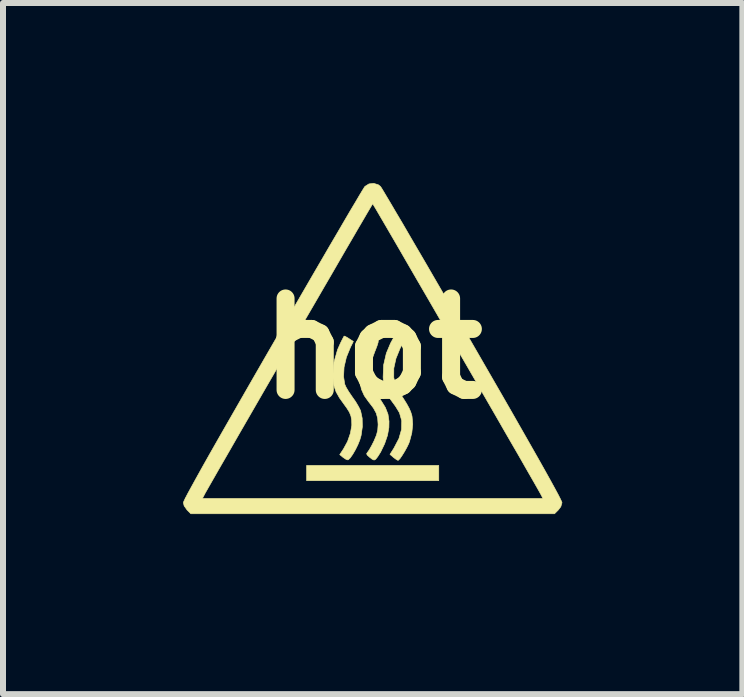
<source format=kicad_pcb>
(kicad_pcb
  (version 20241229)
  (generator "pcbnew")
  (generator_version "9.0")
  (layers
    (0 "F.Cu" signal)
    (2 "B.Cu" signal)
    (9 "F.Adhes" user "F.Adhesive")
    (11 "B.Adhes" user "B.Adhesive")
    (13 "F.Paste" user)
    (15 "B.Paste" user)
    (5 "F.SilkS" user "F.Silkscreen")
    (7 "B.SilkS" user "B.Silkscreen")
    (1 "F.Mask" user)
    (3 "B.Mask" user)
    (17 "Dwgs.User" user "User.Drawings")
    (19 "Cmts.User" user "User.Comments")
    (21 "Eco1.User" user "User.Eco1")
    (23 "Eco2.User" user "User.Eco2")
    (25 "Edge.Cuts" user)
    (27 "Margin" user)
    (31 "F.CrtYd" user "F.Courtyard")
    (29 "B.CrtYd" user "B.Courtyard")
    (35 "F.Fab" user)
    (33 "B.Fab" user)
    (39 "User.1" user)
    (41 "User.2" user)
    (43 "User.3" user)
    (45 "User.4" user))
  (footprint "hot"
    (layer "F.Cu")
    (at 3.159 2.757)
    (property "Reference" "hot" (at 0 0 0) (layer "F.SilkS") (effects (font (size 1.524 1.524) (thickness 0.3))))
    (attr through_hole)
    (fp_poly (pts (xy 1.101 2.201) (xy -1.101 2.201) (xy -1.101 1.947) (xy 1.101 1.947) (xy 1.101 2.201)) (stroke (width 0.01) (type solid)) (fill yes) (layer "F.SilkS"))
    (fp_poly (pts (xy 0.441 -0.166) (xy 0.473 -0.143) (xy 0.494 -0.124) (xy 0.5 -0.103) (xy 0.488 -0.067) (xy 0.458 -0.006) (xy 0.457 -0.004) (xy 0.388 0.165) (xy 0.352 0.328) (xy 0.351 0.482) (xy 0.383 0.619) (xy 0.43 0.709) (xy 0.509 0.828) (xy 0.567 0.921) (xy 0.607 0.994) (xy 0.634 1.056) (xy 0.652 1.114) (xy 0.656 1.134) (xy 0.667 1.261) (xy 0.652 1.404) (xy 0.614 1.547) (xy 0.601 1.582) (xy 0.57 1.646) (xy 0.531 1.716) (xy 0.49 1.782) (xy 0.454 1.834) (xy 0.427 1.861) (xy 0.422 1.863) (xy 0.396 1.85) (xy 0.354 1.819) (xy 0.346 1.813) (xy 0.288 1.763) (xy 0.354 1.659) (xy 0.438 1.498) (xy 0.481 1.346) (xy 0.484 1.202) (xy 0.446 1.069) (xy 0.38 0.961) (xy 0.292 0.841) (xy 0.232 0.735) (xy 0.195 0.631) (xy 0.177 0.517) (xy 0.174 0.476) (xy 0.182 0.275) (xy 0.227 0.08) (xy 0.298 -0.089) (xy 0.335 -0.157) (xy 0.364 -0.191) (xy 0.396 -0.193) (xy 0.441 -0.166)) (stroke (width 0.01) (type solid)) (fill yes) (layer "F.SilkS"))
    (fp_poly (pts (xy -0.456 -0.202) (xy -0.414 -0.178) (xy -0.396 -0.166) (xy -0.322 -0.118) (xy -0.37 -0.022) (xy -0.438 0.144) (xy -0.477 0.31) (xy -0.485 0.467) (xy -0.466 0.593) (xy -0.443 0.645) (xy -0.401 0.716) (xy -0.349 0.793) (xy -0.338 0.808) (xy -0.283 0.887) (xy -0.236 0.966) (xy -0.204 1.03) (xy -0.201 1.038) (xy -0.175 1.161) (xy -0.172 1.303) (xy -0.193 1.448) (xy -0.214 1.521) (xy -0.246 1.601) (xy -0.287 1.684) (xy -0.331 1.76) (xy -0.373 1.82) (xy -0.406 1.852) (xy -0.413 1.855) (xy -0.442 1.847) (xy -0.485 1.819) (xy -0.492 1.814) (xy -0.549 1.767) (xy -0.486 1.672) (xy -0.418 1.547) (xy -0.371 1.411) (xy -0.348 1.279) (xy -0.35 1.19) (xy -0.363 1.122) (xy -0.388 1.06) (xy -0.432 0.99) (xy -0.469 0.939) (xy -0.553 0.822) (xy -0.61 0.721) (xy -0.644 0.624) (xy -0.66 0.519) (xy -0.663 0.434) (xy -0.644 0.223) (xy -0.585 0.018) (xy -0.535 -0.094) (xy -0.505 -0.154) (xy -0.483 -0.195) (xy -0.476 -0.208) (xy -0.456 -0.202)) (stroke (width 0.01) (type solid)) (fill yes) (layer "F.SilkS"))
    (fp_poly (pts (xy -0.003 -0.192) (xy 0.02 -0.18) (xy 0.066 -0.153) (xy 0.093 -0.131) (xy 0.093 -0.13) (xy 0.091 -0.104) (xy 0.074 -0.049) (xy 0.047 0.023) (xy 0.038 0.044) (xy -0.006 0.165) (xy -0.03 0.281) (xy -0.038 0.372) (xy -0.04 0.47) (xy -0.03 0.552) (xy -0.007 0.629) (xy 0.036 0.712) (xy 0.101 0.812) (xy 0.137 0.863) (xy 0.211 0.982) (xy 0.255 1.094) (xy 0.272 1.212) (xy 0.27 1.316) (xy 0.247 1.445) (xy 0.199 1.586) (xy 0.133 1.723) (xy 0.084 1.801) (xy 0.05 1.844) (xy 0.023 1.858) (xy -0.011 1.842) (xy -0.052 1.81) (xy -0.091 1.775) (xy -0.101 1.752) (xy -0.085 1.726) (xy -0.08 1.721) (xy -0.054 1.683) (xy -0.018 1.619) (xy 0.02 1.544) (xy 0.023 1.538) (xy 0.063 1.442) (xy 0.084 1.36) (xy 0.09 1.272) (xy 0.09 1.262) (xy 0.083 1.162) (xy 0.059 1.076) (xy 0.012 0.99) (xy -0.063 0.892) (xy -0.066 0.889) (xy -0.14 0.785) (xy -0.188 0.678) (xy -0.213 0.554) (xy -0.22 0.423) (xy -0.2 0.21) (xy -0.138 -0.005) (xy -0.081 -0.133) (xy -0.055 -0.182) (xy -0.033 -0.2) (xy -0.003 -0.192)) (stroke (width 0.01) (type solid)) (fill yes) (layer "F.SilkS"))
    (fp_poly (pts (xy 0.093 -2.729) (xy 0.128 -2.702) (xy 0.145 -2.678) (xy 0.181 -2.619) (xy 0.235 -2.528) (xy 0.307 -2.407) (xy 0.395 -2.257) (xy 0.499 -2.082) (xy 0.615 -1.882) (xy 0.744 -1.661) (xy 0.885 -1.42) (xy 1.035 -1.161) (xy 1.194 -0.887) (xy 1.361 -0.6) (xy 1.533 -0.301) (xy 1.665 -0.073) (xy 1.899 0.333) (xy 2.112 0.702) (xy 2.304 1.036) (xy 2.475 1.336) (xy 2.626 1.601) (xy 2.758 1.833) (xy 2.87 2.032) (xy 2.963 2.199) (xy 3.037 2.334) (xy 3.093 2.438) (xy 3.13 2.511) (xy 3.15 2.555) (xy 3.154 2.567) (xy 3.134 2.635) (xy 3.092 2.69) (xy 3.03 2.752) (xy -3.03 2.752) (xy -3.092 2.69) (xy -3.141 2.621) (xy -3.154 2.567) (xy -3.145 2.542) (xy -3.124 2.498) (xy -2.837 2.498) (xy 2.837 2.498) (xy 2.8 2.427) (xy 2.779 2.389) (xy 2.74 2.32) (xy 2.683 2.22) (xy 2.61 2.093) (xy 2.523 1.941) (xy 2.423 1.766) (xy 2.311 1.573) (xy 2.189 1.362) (xy 2.06 1.137) (xy 1.923 0.9) (xy 1.781 0.654) (xy 1.635 0.401) (xy 1.486 0.144) (xy 1.337 -0.114) (xy 1.188 -0.37) (xy 1.042 -0.623) (xy 0.899 -0.87) (xy 0.761 -1.107) (xy 0.63 -1.333) (xy 0.508 -1.544) (xy 0.395 -1.739) (xy 0.293 -1.914) (xy 0.204 -2.067) (xy 0.129 -2.195) (xy 0.07 -2.296) (xy 0.028 -2.367) (xy 0.004 -2.406) (xy 0 -2.412) (xy -0.011 -2.394) (xy -0.042 -2.342) (xy -0.091 -2.259) (xy -0.157 -2.146) (xy -0.238 -2.008) (xy -0.332 -1.846) (xy -0.439 -1.663) (xy -0.556 -1.461) (xy -0.682 -1.243) (xy -0.816 -1.013) (xy -0.956 -0.771) (xy -1.101 -0.522) (xy -1.248 -0.267) (xy -1.397 -0.01) (xy -1.546 0.248) (xy -1.694 0.504) (xy -1.839 0.754) (xy -1.979 0.997) (xy -2.113 1.229) (xy -2.24 1.449) (xy -2.357 1.653) (xy -2.464 1.839) (xy -2.56 2.005) (xy -2.641 2.147) (xy -2.708 2.264) (xy -2.758 2.352) (xy -2.79 2.408) (xy -2.8 2.427) (xy -2.837 2.498) (xy -3.124 2.498) (xy -3.119 2.488) (xy -3.075 2.404) (xy -3.012 2.289) (xy -2.931 2.142) (xy -2.832 1.964) (xy -2.713 1.753) (xy -2.574 1.509) (xy -2.415 1.231) (xy -2.236 0.919) (xy -2.037 0.572) (xy -1.817 0.19) (xy -1.665 -0.073) (xy -1.489 -0.378) (xy -1.318 -0.674) (xy -1.153 -0.958) (xy -0.996 -1.229) (xy -0.848 -1.483) (xy -0.711 -1.719) (xy -0.584 -1.935) (xy -0.471 -2.129) (xy -0.372 -2.298) (xy -0.287 -2.44) (xy -0.22 -2.554) (xy -0.17 -2.637) (xy -0.139 -2.687) (xy -0.128 -2.702) (xy -0.062 -2.743) (xy 0.017 -2.752) (xy 0.093 -2.729)) (stroke (width 0.01) (type solid)) (fill yes) (layer "F.SilkS")))
  (gr_rect
    (start -3 -3)
    (end 9.318 8.514)
    (stroke (width 0.1) (type default))
    (fill no)
    (layer "Edge.Cuts")))
</source>
